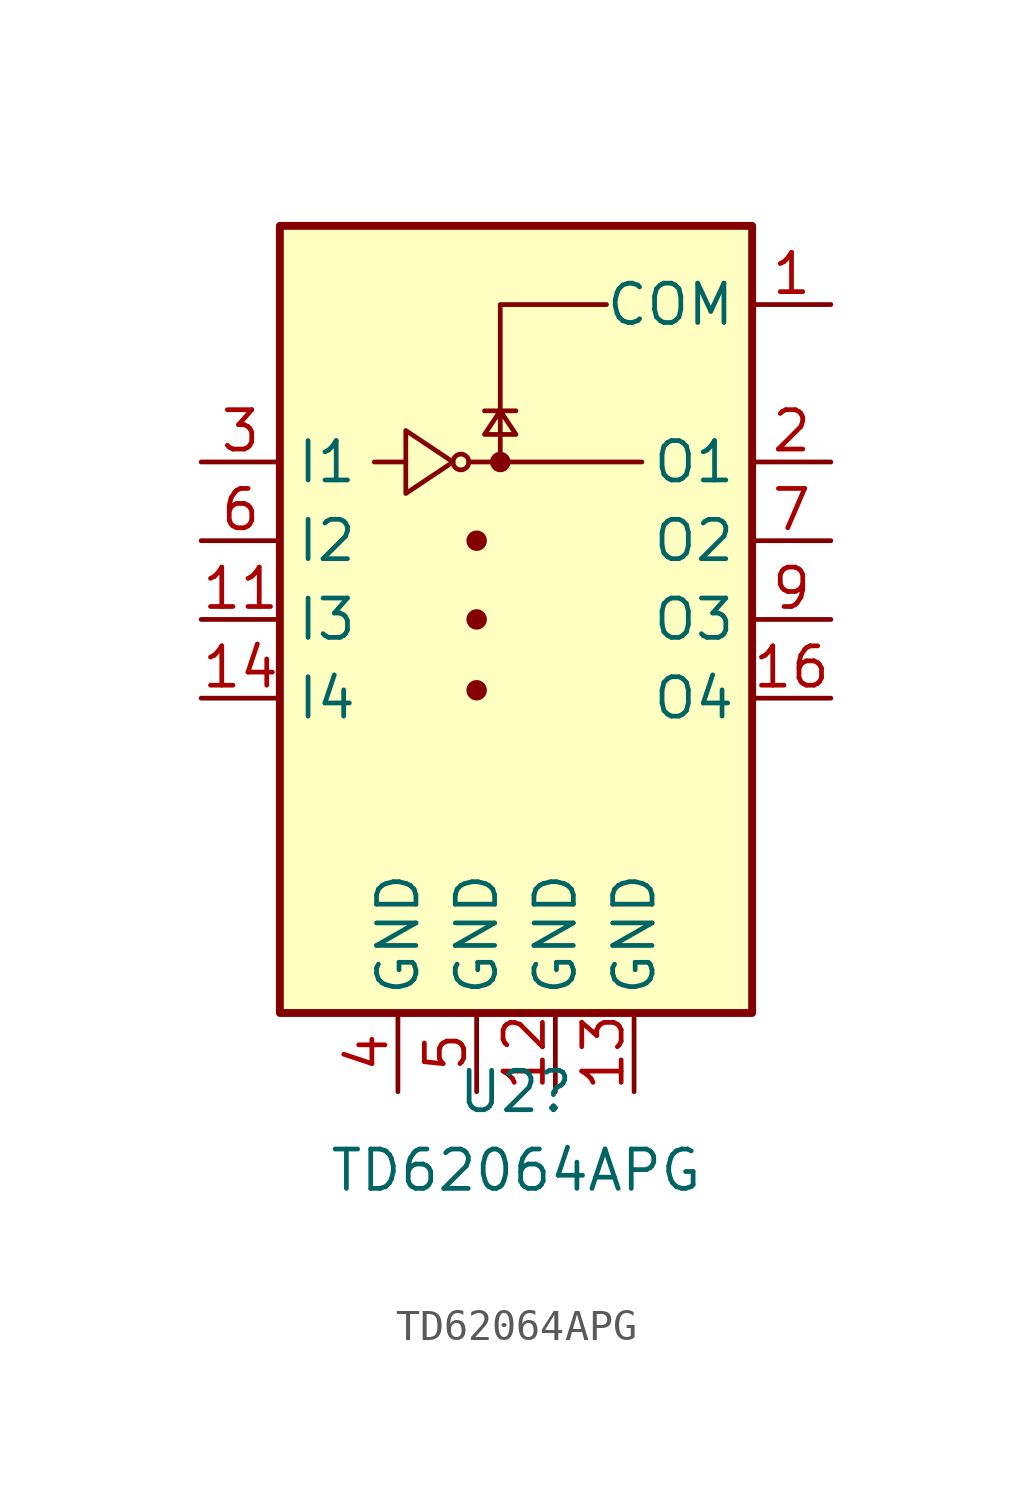
<source format=kicad_sym>
(kicad_symbol_lib
  (version 20211014)
  (generator kicad_symbol_editor)
  (symbol "TD62064APG"
    (property "Reference" "U2"
      (at 0 -15.24 0)
      (effects (font (size 1.27 1.27))))
    (property "Value" "TD62064APG"
      (at 0 -17.78 0)
      (effects (font (size 1.27 1.27))))
    (symbol "TD62064APG_0_1"
      (rectangle (start -7.62 -12.7) (end 7.62 12.7) (stroke (width 0.254) (type default) (color 0 0 0 0)) (fill (type background)))
      (circle (center -1.778 5.08) (radius 0.254) (stroke (width 0) (type default) (color 0 0 0 0)) (fill (type none)))
      (circle (center -1.27 -2.286) (radius 0.254) (stroke (width 0) (type default) (color 0 0 0 0)) (fill (type outline)))
      (circle (center -1.27 0) (radius 0.254) (stroke (width 0) (type default) (color 0 0 0 0)) (fill (type outline)))
      (circle (center -1.27 2.54) (radius 0.254) (stroke (width 0) (type default) (color 0 0 0 0)) (fill (type outline)))
      (circle (center -0.508 5.08) (radius 0.254) (stroke (width 0) (type default) (color 0 0 0 0)) (fill (type outline)))
      (polyline (pts (xy -4.572 5.08) (xy -3.556 5.08)) (stroke (width 0) (type default) (color 0 0 0 0)) (fill (type none)))
      (polyline (pts (xy -1.524 5.08) (xy 4.064 5.08)) (stroke (width 0) (type default) (color 0 0 0 0)) (fill (type none)))
      (polyline (pts (xy 0 6.731) (xy -1.016 6.731)) (stroke (width 0) (type default) (color 0 0 0 0)) (fill (type none)))
      (polyline (pts (xy -0.508 5.08) (xy -0.508 10.16) (xy 2.921 10.16)) (stroke (width 0) (type default) (color 0 0 0 0)) (fill (type none)))
      (polyline (pts (xy -3.556 6.096) (xy -3.556 4.064) (xy -2.032 5.08) (xy -3.556 6.096)) (stroke (width 0) (type default) (color 0 0 0 0)) (fill (type none)))
      (polyline (pts (xy 0 5.969) (xy -1.016 5.969) (xy -0.508 6.731) (xy 0 5.969)) (stroke (width 0) (type default) (color 0 0 0 0)) (fill (type none))))
    (symbol "TD62064APG_1_1"
      (pin passive line (at 10.16 10.16 180) (length 2.54) (name "COM" (effects (font (size 1.27 1.27)))) (number "1" (effects (font (size 1.27 1.27)))))
      (pin input line (at -10.16 0 0) (length 2.54) (name "I3" (effects (font (size 1.27 1.27)))) (number "11" (effects (font (size 1.27 1.27)))))
      (pin power_in line (at 1.27 -15.24 90) (length 2.54) (name "GND" (effects (font (size 1.27 1.27)))) (number "12" (effects (font (size 1.27 1.27)))))
      (pin power_in line (at 3.81 -15.24 90) (length 2.54) (name "GND" (effects (font (size 1.27 1.27)))) (number "13" (effects (font (size 1.27 1.27)))))
      (pin input line (at -10.16 -2.54 0) (length 2.54) (name "I4" (effects (font (size 1.27 1.27)))) (number "14" (effects (font (size 1.27 1.27)))))
      (pin open_collector line (at 10.16 -2.54 180) (length 2.54) (name "O4" (effects (font (size 1.27 1.27)))) (number "16" (effects (font (size 1.27 1.27)))))
      (pin open_collector line (at 10.16 5.08 180) (length 2.54) (name "O1" (effects (font (size 1.27 1.27)))) (number "2" (effects (font (size 1.27 1.27)))))
      (pin input line (at -10.16 5.08 0) (length 2.54) (name "I1" (effects (font (size 1.27 1.27)))) (number "3" (effects (font (size 1.27 1.27)))))
      (pin power_in line (at -3.81 -15.24 90) (length 2.54) (name "GND" (effects (font (size 1.27 1.27)))) (number "4" (effects (font (size 1.27 1.27)))))
      (pin power_in line (at -1.27 -15.24 90) (length 2.54) (name "GND" (effects (font (size 1.27 1.27)))) (number "5" (effects (font (size 1.27 1.27)))))
      (pin input line (at -10.16 2.54 0) (length 2.54) (name "I2" (effects (font (size 1.27 1.27)))) (number "6" (effects (font (size 1.27 1.27)))))
      (pin open_collector line (at 10.16 2.54 180) (length 2.54) (name "O2" (effects (font (size 1.27 1.27)))) (number "7" (effects (font (size 1.27 1.27)))))
      (pin open_collector line (at 10.16 0 180) (length 2.54) (name "O3" (effects (font (size 1.27 1.27)))) (number "9" (effects (font (size 1.27 1.27))))))))
</source>
